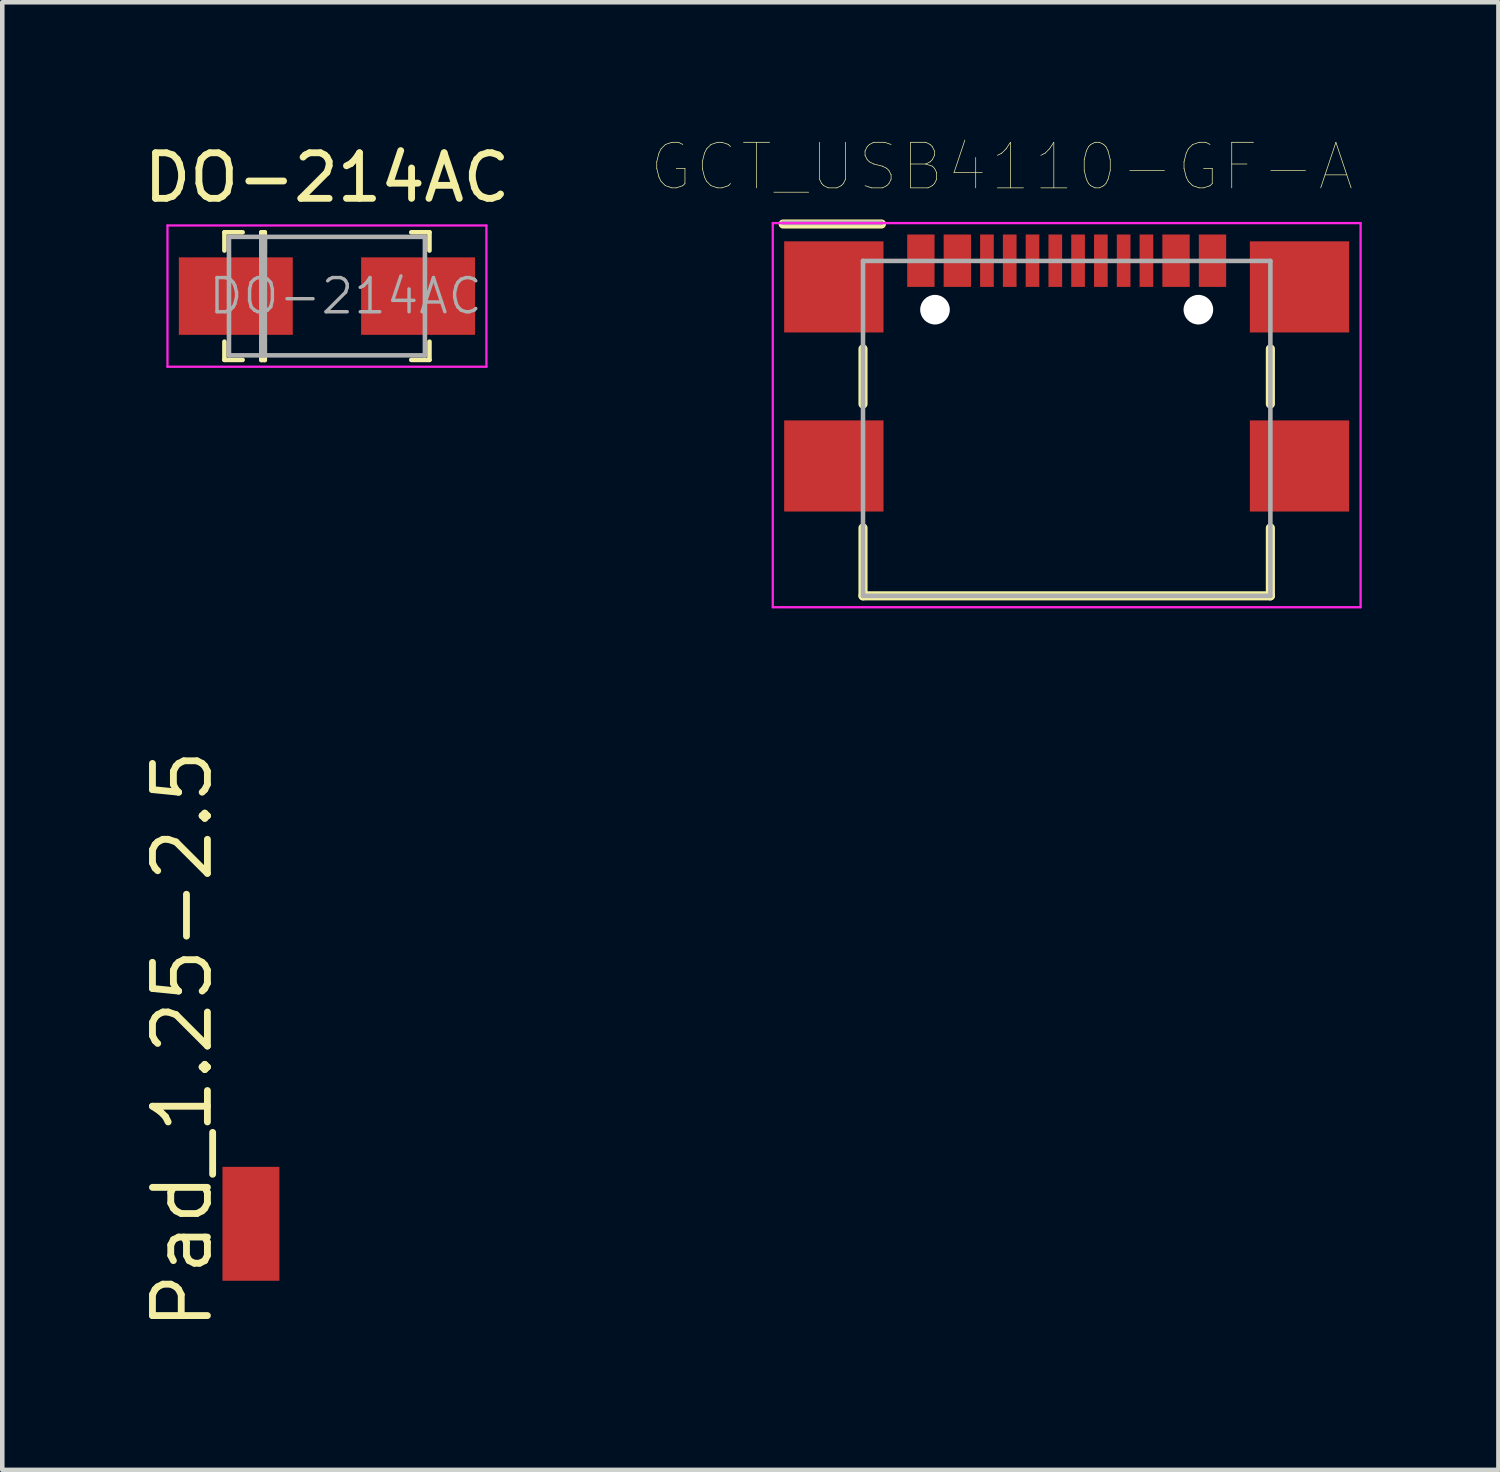
<source format=kicad_pcb>
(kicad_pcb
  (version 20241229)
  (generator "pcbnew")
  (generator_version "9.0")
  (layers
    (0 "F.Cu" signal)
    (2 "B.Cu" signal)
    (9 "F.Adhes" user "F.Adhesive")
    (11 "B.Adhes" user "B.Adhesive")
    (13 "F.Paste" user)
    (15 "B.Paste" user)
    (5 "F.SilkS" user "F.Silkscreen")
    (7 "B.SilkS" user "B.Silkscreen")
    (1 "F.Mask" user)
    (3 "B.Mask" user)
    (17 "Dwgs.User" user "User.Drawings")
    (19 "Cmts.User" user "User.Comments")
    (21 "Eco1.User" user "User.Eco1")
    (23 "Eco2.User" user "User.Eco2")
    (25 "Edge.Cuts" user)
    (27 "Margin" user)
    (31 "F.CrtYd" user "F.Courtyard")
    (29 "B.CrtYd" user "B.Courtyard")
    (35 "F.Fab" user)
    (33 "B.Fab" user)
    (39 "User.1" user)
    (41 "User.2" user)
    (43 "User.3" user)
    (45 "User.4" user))
  (footprint "GCT_USB4110-GF-A"
    (layer "F.Cu")
    (at 20.359 3.746)
    (property "Reference" "GCT_USB4110-GF-A" (at -1.425 -3.135 0) (layer "F.SilkS") (effects (font (size 1 1) (thickness 0.015))))
    (attr through_hole)
    (fp_line (start -6.223 -1.88) (end -4.064 -1.88) (stroke (width 0.2) (type solid)) (layer "F.SilkS"))
    (fp_line (start -4.47 0.86) (end -4.47 2.07) (stroke (width 0.2) (type solid)) (layer "F.SilkS"))
    (fp_line (start -4.47 4.79) (end -4.47 6.28) (stroke (width 0.2) (type solid)) (layer "F.SilkS"))
    (fp_line (start -4.47 6.28) (end 4.47 6.28) (stroke (width 0.2) (type solid)) (layer "F.SilkS"))
    (fp_line (start 4.47 0.86) (end 4.47 2.07) (stroke (width 0.2) (type solid)) (layer "F.SilkS"))
    (fp_line (start 4.47 6.28) (end 4.47 4.79) (stroke (width 0.2) (type solid)) (layer "F.SilkS"))
    (fp_line (start -6.45 -1.9) (end 6.45 -1.9) (stroke (width 0.05) (type solid)) (layer "F.CrtYd"))
    (fp_line (start -6.45 6.53) (end -6.45 -1.9) (stroke (width 0.05) (type solid)) (layer "F.CrtYd"))
    (fp_line (start 6.45 -1.9) (end 6.45 6.53) (stroke (width 0.05) (type solid)) (layer "F.CrtYd"))
    (fp_line (start 6.45 6.53) (end -6.45 6.53) (stroke (width 0.05) (type solid)) (layer "F.CrtYd"))
    (fp_line (start -6.223 -1.905) (end -4.064 -1.905) (stroke (width 0.1) (type solid)) (layer "F.Fab"))
    (fp_line (start -4.47 -1.07) (end -4.47 6.28) (stroke (width 0.1) (type solid)) (layer "F.Fab"))
    (fp_line (start -4.47 6.28) (end 4.47 6.28) (stroke (width 0.1) (type solid)) (layer "F.Fab"))
    (fp_line (start 4.47 -1.07) (end -4.47 -1.07) (stroke (width 0.1) (type solid)) (layer "F.Fab"))
    (fp_line (start 4.47 6.28) (end 4.47 -1.07) (stroke (width 0.1) (type solid)) (layer "F.Fab"))
    (pad "" np_thru_hole circle (at -2.89 0) (size 0.65 0.65) (drill 0.65) (layers "*.Cu" "*.Mask"))
    (pad "" np_thru_hole circle (at 2.89 0) (size 0.65 0.65) (drill 0.65) (layers "*.Cu" "*.Mask"))
    (pad "A1/B12" smd rect (at -3.2 -1.075) (size 0.6 1.15) (layers "F.Cu" "F.Mask" "F.Paste"))
    (pad "A4/B9" smd rect (at -2.4 -1.075) (size 0.6 1.15) (layers "F.Cu" "F.Mask" "F.Paste"))
    (pad "A5" smd rect (at -1.25 -1.075) (size 0.3 1.15) (layers "F.Cu" "F.Mask" "F.Paste"))
    (pad "A6" smd rect (at -0.25 -1.075) (size 0.3 1.15) (layers "F.Cu" "F.Mask" "F.Paste"))
    (pad "A7" smd rect (at 0.25 -1.075) (size 0.3 1.15) (layers "F.Cu" "F.Mask" "F.Paste"))
    (pad "A8" smd rect (at 1.25 -1.075) (size 0.3 1.15) (layers "F.Cu" "F.Mask" "F.Paste"))
    (pad "B1/A12" smd rect (at 3.2 -1.075) (size 0.6 1.15) (layers "F.Cu" "F.Mask" "F.Paste"))
    (pad "B4/A9" smd rect (at 2.4 -1.075) (size 0.6 1.15) (layers "F.Cu" "F.Mask" "F.Paste"))
    (pad "B5" smd rect (at 1.75 -1.075) (size 0.3 1.15) (layers "F.Cu" "F.Mask" "F.Paste"))
    (pad "B6" smd rect (at 0.75 -1.075) (size 0.3 1.15) (layers "F.Cu" "F.Mask" "F.Paste"))
    (pad "B7" smd rect (at -0.75 -1.075) (size 0.3 1.15) (layers "F.Cu" "F.Mask" "F.Paste"))
    (pad "B8" smd rect (at -1.75 -1.075) (size 0.3 1.15) (layers "F.Cu" "F.Mask" "F.Paste"))
    (pad "S1" smd rect (at -5.11 -0.5) (size 2.18 2) (layers "F.Cu" "F.Mask" "F.Paste"))
    (pad "S2" smd rect (at 5.11 -0.5) (size 2.18 2) (layers "F.Cu" "F.Mask" "F.Paste"))
    (pad "S3" smd rect (at -5.11 3.43) (size 2.18 2) (layers "F.Cu" "F.Mask" "F.Paste"))
    (pad "S4" smd rect (at 5.11 3.43) (size 2.18 2) (layers "F.Cu" "F.Mask" "F.Paste")))
  (footprint "DO-214AC"
    (layer "F.Cu")
    (at 4.125 3.448)
    (property "Reference" "DO-214AC" (at 0 -2.6 0) (layer "F.SilkS") (effects (font (size 1 1) (thickness 0.15))))
    (attr smd)
    (fp_line (start -2.25 -1.4) (end -2.25 -1) (stroke (width 0.1) (type solid)) (layer "F.SilkS"))
    (fp_line (start -2.25 -1.4) (end -1.85 -1.4) (stroke (width 0.1) (type solid)) (layer "F.SilkS"))
    (fp_line (start -2.25 1.4) (end -2.25 1) (stroke (width 0.1) (type solid)) (layer "F.SilkS"))
    (fp_line (start -2.25 1.4) (end -1.85 1.4) (stroke (width 0.1) (type solid)) (layer "F.SilkS"))
    (fp_line (start -1.44 -1.4) (end -1.44 -0.935) (stroke (width 0.1) (type solid)) (layer "F.SilkS"))
    (fp_line (start -1.44 -0.935) (end -1.364 -0.935) (stroke (width 0.1) (type solid)) (layer "F.SilkS"))
    (fp_line (start -1.44 0.942) (end -1.364 0.942) (stroke (width 0.1) (type solid)) (layer "F.SilkS"))
    (fp_line (start -1.44 1.402) (end -1.44 0.942) (stroke (width 0.1) (type solid)) (layer "F.SilkS"))
    (fp_line (start -1.364 -1.4) (end -1.44 -1.4) (stroke (width 0.1) (type solid)) (layer "F.SilkS"))
    (fp_line (start -1.364 -0.935) (end -1.364 -1.4) (stroke (width 0.1) (type solid)) (layer "F.SilkS"))
    (fp_line (start -1.364 0.942) (end -1.364 1.402) (stroke (width 0.1) (type solid)) (layer "F.SilkS"))
    (fp_line (start -1.364 1.402) (end -1.44 1.402) (stroke (width 0.1) (type solid)) (layer "F.SilkS"))
    (fp_line (start 2.25 -1.4) (end 1.85 -1.4) (stroke (width 0.1) (type solid)) (layer "F.SilkS"))
    (fp_line (start 2.25 -1.4) (end 2.25 -1) (stroke (width 0.1) (type solid)) (layer "F.SilkS"))
    (fp_line (start 2.25 1.4) (end 1.85 1.4) (stroke (width 0.1) (type solid)) (layer "F.SilkS"))
    (fp_line (start 2.25 1.4) (end 2.25 1) (stroke (width 0.1) (type solid)) (layer "F.SilkS"))
    (fp_line (start -3.5 -1.55) (end -3.5 1.55) (stroke (width 0.05) (type solid)) (layer "F.CrtYd"))
    (fp_line (start -3.5 -1.55) (end 3.5 -1.55) (stroke (width 0.05) (type solid)) (layer "F.CrtYd"))
    (fp_line (start -3.5 1.55) (end 3.5 1.55) (stroke (width 0.05) (type solid)) (layer "F.CrtYd"))
    (fp_line (start 3.5 -1.55) (end 3.5 1.55) (stroke (width 0.05) (type solid)) (layer "F.CrtYd"))
    (fp_line (start -2.15 -1.3) (end -2.15 1.3) (stroke (width 0.1) (type solid)) (layer "F.Fab"))
    (fp_line (start -2.15 -1.3) (end 2.15 -1.3) (stroke (width 0.1) (type solid)) (layer "F.Fab"))
    (fp_line (start -2.15 1.3) (end 2.15 1.3) (stroke (width 0.1) (type solid)) (layer "F.Fab"))
    (fp_line (start -1.44 -1.3) (end -1.44 1.3) (stroke (width 0.1) (type solid)) (layer "F.Fab"))
    (fp_line (start -1.44 1.3) (end -1.364 1.3) (stroke (width 0.1) (type solid)) (layer "F.Fab"))
    (fp_line (start -1.364 1.3) (end -1.361 -1.3) (stroke (width 0.1) (type solid)) (layer "F.Fab"))
    (fp_line (start -1.361 -1.3) (end -1.44 -1.3) (stroke (width 0.1) (type solid)) (layer "F.Fab"))
    (fp_line (start 2.15 -1.3) (end 2.15 1.3) (stroke (width 0.1) (type solid)) (layer "F.Fab"))
    (fp_text user "${REFERENCE}" (at 0.409 0 0) (layer "F.Fab") (effects (font (size 0.75 0.75) (thickness 0.075))))
    (pad "1" smd rect (at -2 0) (size 2.5 1.7) (layers "F.Cu" "F.Mask" "F.Paste"))
    (pad "2" smd rect (at 2 0) (size 2.5 1.7) (layers "F.Cu" "F.Mask" "F.Paste")))
  (footprint "Pad_1.25-2.5"
    (layer "F.Cu")
    (at 2.457 23.807)
    (property "Reference" "Pad_1.25-2.5" (at -0.8 2.4 90) (layer "F.SilkS") (effects (font (size 1.206 1.206) (thickness 0.15)) (justify left bottom)))
    (attr through_hole)
    (pad "1" smd rect (at 0 0) (size 1.25 2.5) (layers "F.Cu" "F.Mask" "F.Paste")))
  (gr_rect
    (start -3 -3)
    (end 29.834 29.207)
    (stroke (width 0.1) (type default))
    (fill no)
    (layer "Edge.Cuts")))
</source>
